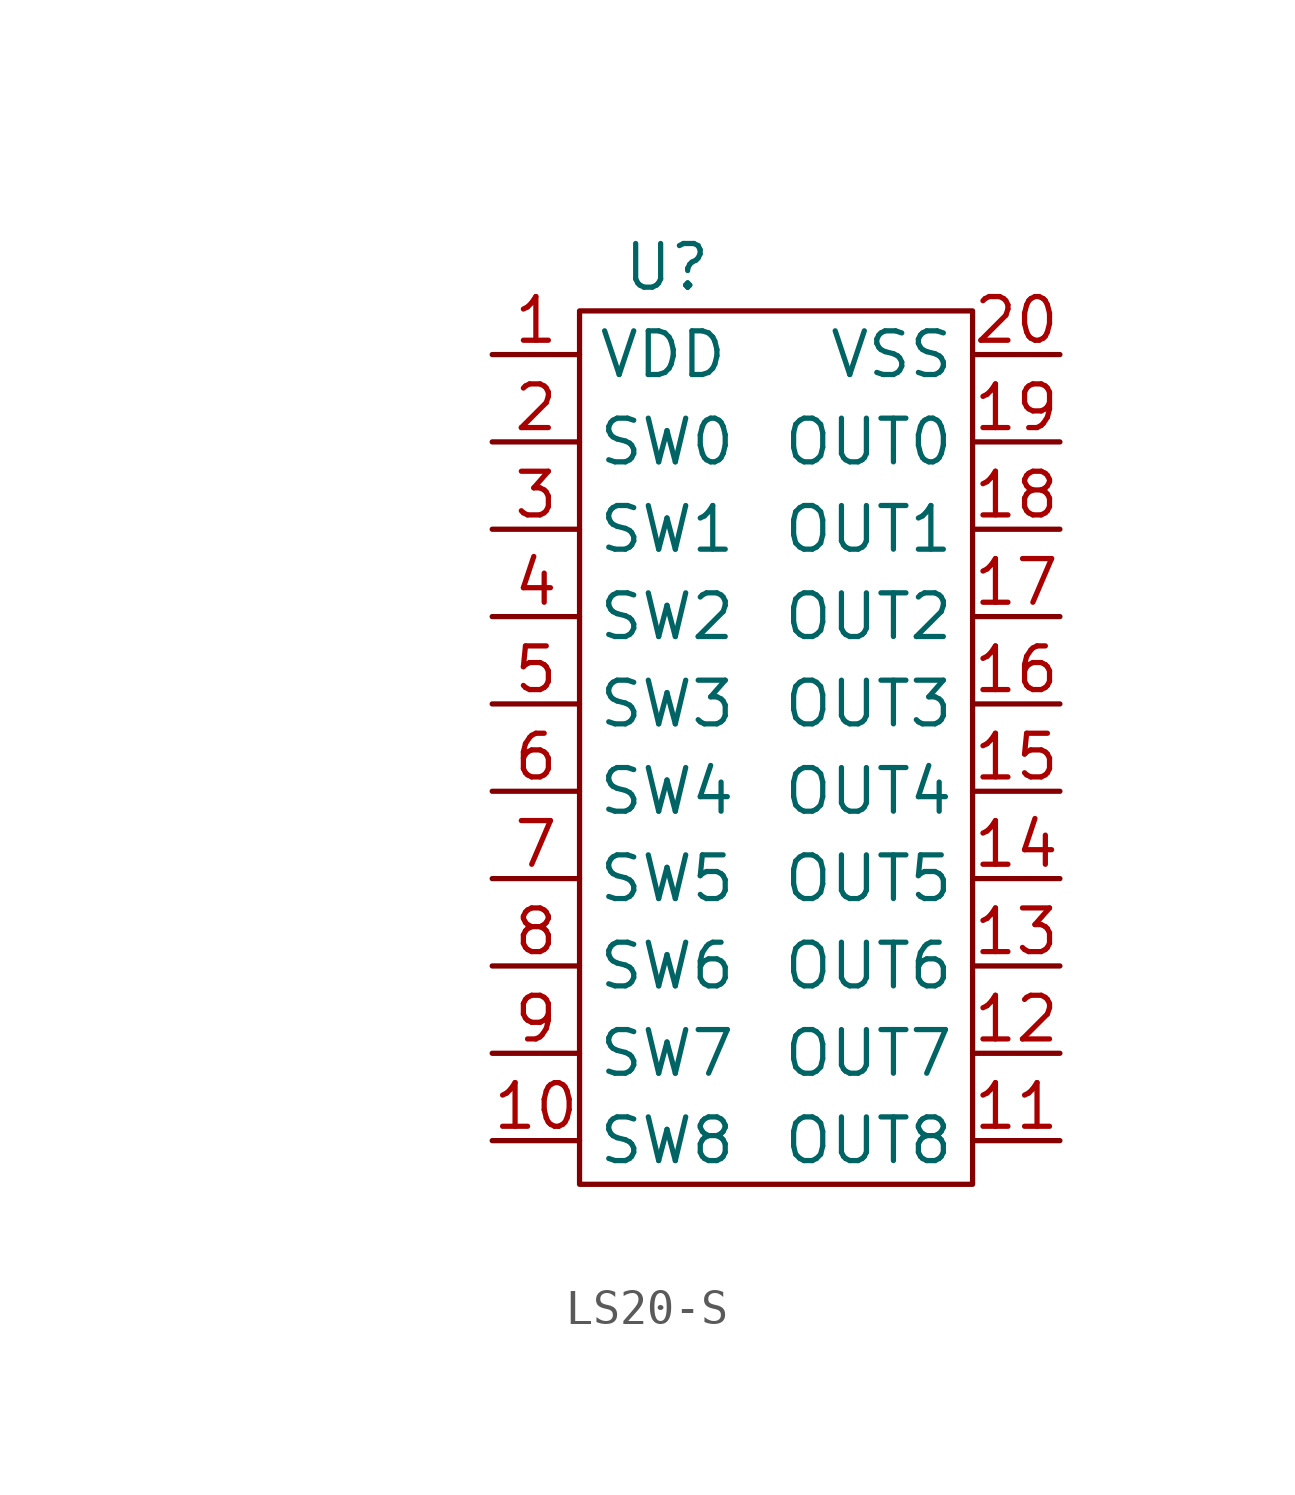
<source format=kicad_sym>
(kicad_symbol_lib
  (version 20220914)
  (generator kicad_symbol_editor)
  (symbol "LS20-S"
    (property "Reference" "U"
      (at 2.54 13.97 0)
      (effects (font (size 1.27 1.27))))
    (property "Value" ""
      (at -10.16 5.08 0)
      (effects (font (size 1.27 1.27))))
    (symbol "LS20-S_0_1"
      (rectangle (start 0 12.7) (end 11.43 -12.7) (stroke (width 0) (type default)) (fill (type none))))
    (symbol "LS20-S_1_1"
      (pin input line (at -2.54 11.43 0) (length 2.54) (name "VDD" (effects (font (size 1.27 1.27)))) (number "1" (effects (font (size 1.27 1.27)))))
      (pin input line (at -2.54 -11.43 0) (length 2.54) (name "SW8" (effects (font (size 1.27 1.27)))) (number "10" (effects (font (size 1.27 1.27)))))
      (pin input line (at 13.97 -11.43 180) (length 2.54) (name "OUT8" (effects (font (size 1.27 1.27)))) (number "11" (effects (font (size 1.27 1.27)))))
      (pin input line (at 13.97 -8.89 180) (length 2.54) (name "OUT7" (effects (font (size 1.27 1.27)))) (number "12" (effects (font (size 1.27 1.27)))))
      (pin input line (at 13.97 -6.35 180) (length 2.54) (name "OUT6" (effects (font (size 1.27 1.27)))) (number "13" (effects (font (size 1.27 1.27)))))
      (pin input line (at 13.97 -3.81 180) (length 2.54) (name "OUT5" (effects (font (size 1.27 1.27)))) (number "14" (effects (font (size 1.27 1.27)))))
      (pin input line (at 13.97 -1.27 180) (length 2.54) (name "OUT4" (effects (font (size 1.27 1.27)))) (number "15" (effects (font (size 1.27 1.27)))))
      (pin input line (at 13.97 1.27 180) (length 2.54) (name "OUT3" (effects (font (size 1.27 1.27)))) (number "16" (effects (font (size 1.27 1.27)))))
      (pin input line (at 13.97 3.81 180) (length 2.54) (name "OUT2" (effects (font (size 1.27 1.27)))) (number "17" (effects (font (size 1.27 1.27)))))
      (pin input line (at 13.97 6.35 180) (length 2.54) (name "OUT1" (effects (font (size 1.27 1.27)))) (number "18" (effects (font (size 1.27 1.27)))))
      (pin input line (at 13.97 8.89 180) (length 2.54) (name "OUT0" (effects (font (size 1.27 1.27)))) (number "19" (effects (font (size 1.27 1.27)))))
      (pin input line (at -2.54 8.89 0) (length 2.54) (name "SW0" (effects (font (size 1.27 1.27)))) (number "2" (effects (font (size 1.27 1.27)))))
      (pin input line (at 13.97 11.43 180) (length 2.54) (name "VSS" (effects (font (size 1.27 1.27)))) (number "20" (effects (font (size 1.27 1.27)))))
      (pin input line (at -2.54 6.35 0) (length 2.54) (name "SW1" (effects (font (size 1.27 1.27)))) (number "3" (effects (font (size 1.27 1.27)))))
      (pin input line (at -2.54 3.81 0) (length 2.54) (name "SW2" (effects (font (size 1.27 1.27)))) (number "4" (effects (font (size 1.27 1.27)))))
      (pin input line (at -2.54 1.27 0) (length 2.54) (name "SW3" (effects (font (size 1.27 1.27)))) (number "5" (effects (font (size 1.27 1.27)))))
      (pin input line (at -2.54 -1.27 0) (length 2.54) (name "SW4" (effects (font (size 1.27 1.27)))) (number "6" (effects (font (size 1.27 1.27)))))
      (pin input line (at -2.54 -3.81 0) (length 2.54) (name "SW5" (effects (font (size 1.27 1.27)))) (number "7" (effects (font (size 1.27 1.27)))))
      (pin input line (at -2.54 -6.35 0) (length 2.54) (name "SW6" (effects (font (size 1.27 1.27)))) (number "8" (effects (font (size 1.27 1.27)))))
      (pin input line (at -2.54 -8.89 0) (length 2.54) (name "SW7" (effects (font (size 1.27 1.27)))) (number "9" (effects (font (size 1.27 1.27))))))))
</source>
